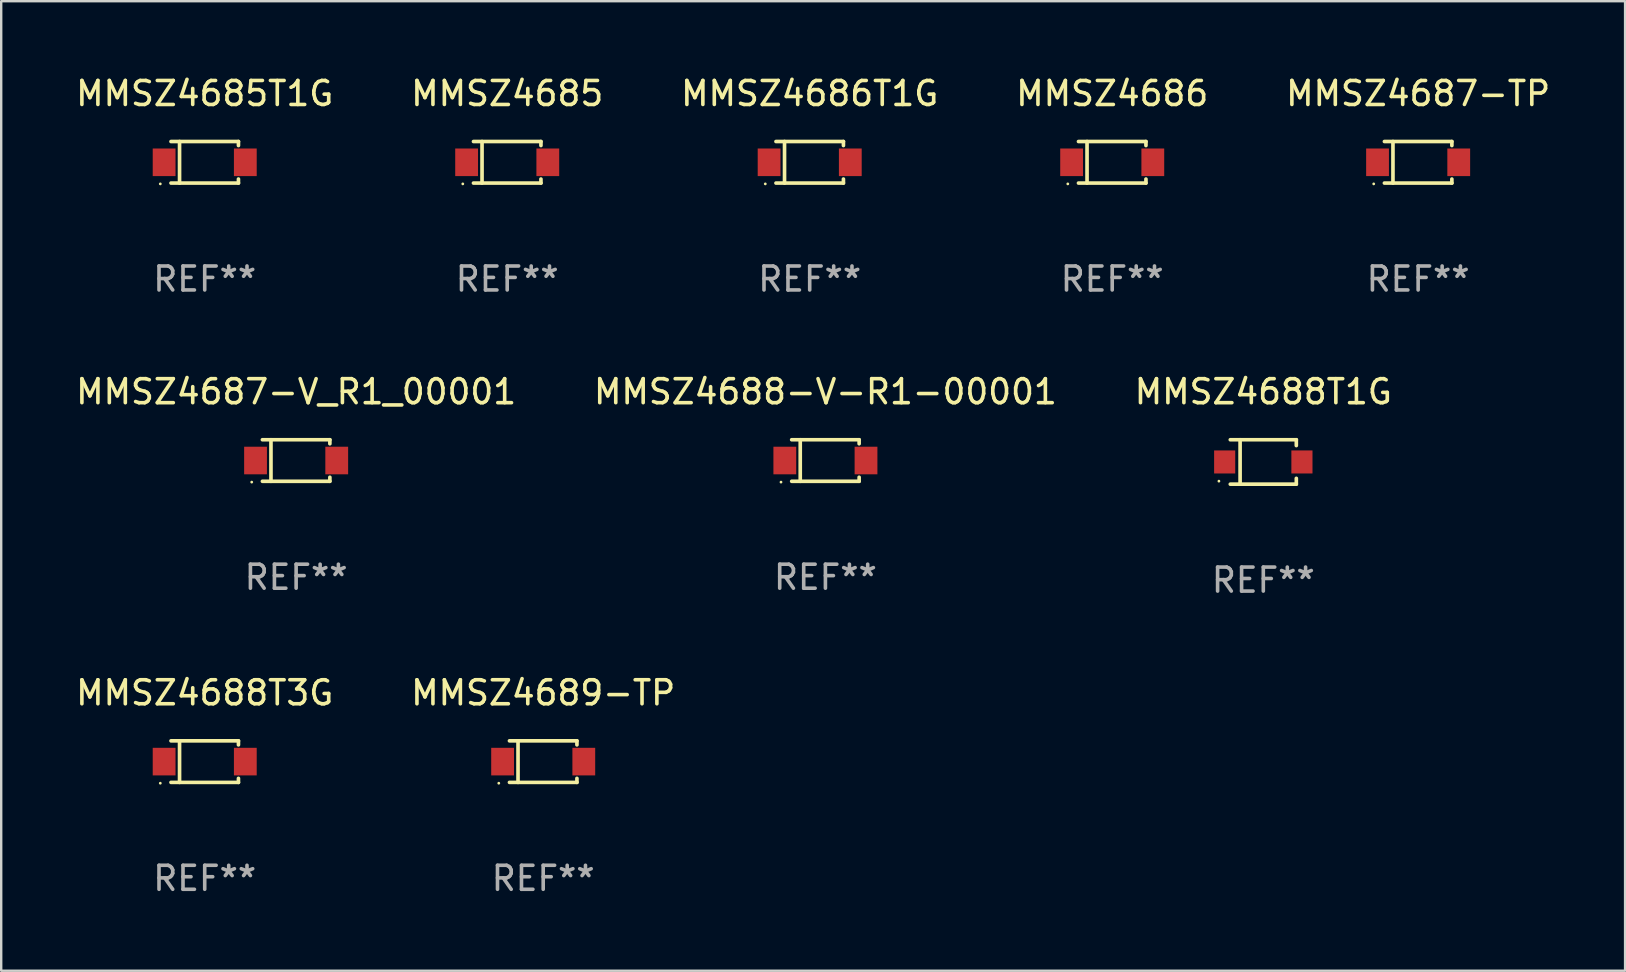
<source format=kicad_pcb>
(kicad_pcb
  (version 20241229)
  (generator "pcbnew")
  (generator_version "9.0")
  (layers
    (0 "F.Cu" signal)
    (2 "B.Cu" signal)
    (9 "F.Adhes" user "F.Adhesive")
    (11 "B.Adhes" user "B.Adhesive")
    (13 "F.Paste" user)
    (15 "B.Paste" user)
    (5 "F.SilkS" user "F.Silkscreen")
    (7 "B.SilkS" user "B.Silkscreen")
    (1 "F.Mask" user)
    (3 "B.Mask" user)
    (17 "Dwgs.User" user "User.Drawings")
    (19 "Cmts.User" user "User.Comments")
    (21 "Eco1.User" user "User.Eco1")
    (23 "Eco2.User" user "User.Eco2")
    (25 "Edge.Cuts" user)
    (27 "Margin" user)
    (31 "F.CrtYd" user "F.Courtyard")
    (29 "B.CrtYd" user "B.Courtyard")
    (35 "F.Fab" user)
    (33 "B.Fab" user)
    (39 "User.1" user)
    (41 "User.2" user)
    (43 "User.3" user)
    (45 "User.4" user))
  (footprint "MMSZ4688T1G"
    (layer "F.Cu")
    (at 49.601 16.203)
    (property "Reference" "MMSZ4688T1G" (at 0 -2.926 0) (layer "F.SilkS") (effects (font (size 1 1) (thickness 0.15))))
    (attr through_hole)
    (fp_line (start -1.376 -0.926) (end 1.376 -0.926) (stroke (width 0.152) (type solid)) (layer "F.SilkS"))
    (fp_line (start -1.376 0.926) (end 1.376 0.926) (stroke (width 0.152) (type solid)) (layer "F.SilkS"))
    (fp_line (start -0.967 -0.926) (end -0.967 0.926) (stroke (width 0.152) (type solid)) (layer "F.SilkS"))
    (fp_line (start 1.376 -0.926) (end 1.376 -0.683) (stroke (width 0.152) (type solid)) (layer "F.SilkS"))
    (fp_line (start 1.376 0.926) (end 1.376 0.683) (stroke (width 0.152) (type solid)) (layer "F.SilkS"))
    (fp_circle (center -1.85 0.8) (end -1.82 0.8) (stroke (width 0.06) (type solid)) (fill no) (layer "F.SilkS"))
    (fp_text user "REF**" (at 0 4.926 0) (layer "F.Fab") (effects (font (size 1 1) (thickness 0.15))))
    (pad "1" smd rect (at -1.61 0) (size 0.88 0.96) (layers "F.Cu" "F.Mask" "F.Paste"))
    (pad "2" smd rect (at 1.61 0) (size 0.88 0.96) (layers "F.Cu" "F.Mask" "F.Paste")))
  (footprint "MMSZ4685T1G"
    (layer "F.Cu")
    (at 5.482 3.714)
    (property "Reference" "MMSZ4685T1G" (at 0 -2.866 0) (layer "F.SilkS") (effects (font (size 1 1) (thickness 0.15))))
    (attr through_hole)
    (fp_line (start -1.406 -0.866) (end 1.406 -0.866) (stroke (width 0.152) (type solid)) (layer "F.SilkS"))
    (fp_line (start -1.406 0.866) (end 1.406 0.866) (stroke (width 0.152) (type solid)) (layer "F.SilkS"))
    (fp_line (start -1.049 -0.866) (end -1.049 0.866) (stroke (width 0.152) (type solid)) (layer "F.SilkS"))
    (fp_line (start 1.406 -0.866) (end 1.406 -0.698) (stroke (width 0.152) (type solid)) (layer "F.SilkS"))
    (fp_line (start 1.406 0.866) (end 1.406 0.698) (stroke (width 0.152) (type solid)) (layer "F.SilkS"))
    (fp_circle (center -1.851 0.9) (end -1.821 0.9) (stroke (width 0.06) (type solid)) (fill no) (layer "F.SilkS"))
    (fp_text user "REF**" (at 0 4.866 0) (layer "F.Fab") (effects (font (size 1 1) (thickness 0.15))))
    (pad "1" smd rect (at -1.692 0) (size 0.95 1.15) (layers "F.Cu" "F.Mask" "F.Paste"))
    (pad "2" smd rect (at 1.692 0) (size 0.95 1.15) (layers "F.Cu" "F.Mask" "F.Paste")))
  (footprint "MMSZ4686"
    (layer "F.Cu")
    (at 43.304 3.714)
    (property "Reference" "MMSZ4686" (at 0 -2.866 0) (layer "F.SilkS") (effects (font (size 1 1) (thickness 0.15))))
    (attr through_hole)
    (fp_line (start -1.406 -0.866) (end 1.406 -0.866) (stroke (width 0.152) (type solid)) (layer "F.SilkS"))
    (fp_line (start -1.406 0.866) (end 1.406 0.866) (stroke (width 0.152) (type solid)) (layer "F.SilkS"))
    (fp_line (start -1.049 -0.866) (end -1.049 0.866) (stroke (width 0.152) (type solid)) (layer "F.SilkS"))
    (fp_line (start 1.406 -0.866) (end 1.406 -0.698) (stroke (width 0.152) (type solid)) (layer "F.SilkS"))
    (fp_line (start 1.406 0.866) (end 1.406 0.698) (stroke (width 0.152) (type solid)) (layer "F.SilkS"))
    (fp_circle (center -1.851 0.9) (end -1.821 0.9) (stroke (width 0.06) (type solid)) (fill no) (layer "F.SilkS"))
    (fp_text user "REF**" (at 0 4.866 0) (layer "F.Fab") (effects (font (size 1 1) (thickness 0.15))))
    (pad "1" smd rect (at -1.692 0) (size 0.95 1.15) (layers "F.Cu" "F.Mask" "F.Paste"))
    (pad "2" smd rect (at 1.692 0) (size 0.95 1.15) (layers "F.Cu" "F.Mask" "F.Paste")))
  (footprint "MMSZ4686T1G"
    (layer "F.Cu")
    (at 30.696 3.714)
    (property "Reference" "MMSZ4686T1G" (at 0 -2.866 0) (layer "F.SilkS") (effects (font (size 1 1) (thickness 0.15))))
    (attr through_hole)
    (fp_line (start -1.406 -0.866) (end 1.406 -0.866) (stroke (width 0.152) (type solid)) (layer "F.SilkS"))
    (fp_line (start -1.406 0.866) (end 1.406 0.866) (stroke (width 0.152) (type solid)) (layer "F.SilkS"))
    (fp_line (start -1.049 -0.866) (end -1.049 0.866) (stroke (width 0.152) (type solid)) (layer "F.SilkS"))
    (fp_line (start 1.406 -0.866) (end 1.406 -0.698) (stroke (width 0.152) (type solid)) (layer "F.SilkS"))
    (fp_line (start 1.406 0.866) (end 1.406 0.698) (stroke (width 0.152) (type solid)) (layer "F.SilkS"))
    (fp_circle (center -1.851 0.9) (end -1.821 0.9) (stroke (width 0.06) (type solid)) (fill no) (layer "F.SilkS"))
    (fp_text user "REF**" (at 0 4.866 0) (layer "F.Fab") (effects (font (size 1 1) (thickness 0.15))))
    (pad "1" smd rect (at -1.692 0) (size 0.95 1.15) (layers "F.Cu" "F.Mask" "F.Paste"))
    (pad "2" smd rect (at 1.692 0) (size 0.95 1.15) (layers "F.Cu" "F.Mask" "F.Paste")))
  (footprint "MMSZ4687-V_R1_00001"
    (layer "F.Cu")
    (at 9.292 16.143)
    (property "Reference" "MMSZ4687-V_R1_00001" (at 0 -2.866 0) (layer "F.SilkS") (effects (font (size 1 1) (thickness 0.15))))
    (attr through_hole)
    (fp_line (start -1.406 -0.866) (end 1.406 -0.866) (stroke (width 0.152) (type solid)) (layer "F.SilkS"))
    (fp_line (start -1.406 0.866) (end 1.406 0.866) (stroke (width 0.152) (type solid)) (layer "F.SilkS"))
    (fp_line (start -1.049 -0.866) (end -1.049 0.866) (stroke (width 0.152) (type solid)) (layer "F.SilkS"))
    (fp_line (start 1.406 -0.866) (end 1.406 -0.698) (stroke (width 0.152) (type solid)) (layer "F.SilkS"))
    (fp_line (start 1.406 0.866) (end 1.406 0.698) (stroke (width 0.152) (type solid)) (layer "F.SilkS"))
    (fp_circle (center -1.851 0.9) (end -1.821 0.9) (stroke (width 0.06) (type solid)) (fill no) (layer "F.SilkS"))
    (fp_text user "REF**" (at 0 4.866 0) (layer "F.Fab") (effects (font (size 1 1) (thickness 0.15))))
    (pad "1" smd rect (at -1.692 0) (size 0.95 1.15) (layers "F.Cu" "F.Mask" "F.Paste"))
    (pad "2" smd rect (at 1.692 0) (size 0.95 1.15) (layers "F.Cu" "F.Mask" "F.Paste")))
  (footprint "MMSZ4687-TP"
    (layer "F.Cu")
    (at 56.054 3.714)
    (property "Reference" "MMSZ4687-TP" (at 0 -2.866 0) (layer "F.SilkS") (effects (font (size 1 1) (thickness 0.15))))
    (attr through_hole)
    (fp_line (start -1.406 -0.866) (end 1.406 -0.866) (stroke (width 0.152) (type solid)) (layer "F.SilkS"))
    (fp_line (start -1.406 0.866) (end 1.406 0.866) (stroke (width 0.152) (type solid)) (layer "F.SilkS"))
    (fp_line (start -1.049 -0.866) (end -1.049 0.866) (stroke (width 0.152) (type solid)) (layer "F.SilkS"))
    (fp_line (start 1.406 -0.866) (end 1.406 -0.698) (stroke (width 0.152) (type solid)) (layer "F.SilkS"))
    (fp_line (start 1.406 0.866) (end 1.406 0.698) (stroke (width 0.152) (type solid)) (layer "F.SilkS"))
    (fp_circle (center -1.851 0.9) (end -1.821 0.9) (stroke (width 0.06) (type solid)) (fill no) (layer "F.SilkS"))
    (fp_text user "REF**" (at 0 4.866 0) (layer "F.Fab") (effects (font (size 1 1) (thickness 0.15))))
    (pad "1" smd rect (at -1.692 0) (size 0.95 1.15) (layers "F.Cu" "F.Mask" "F.Paste"))
    (pad "2" smd rect (at 1.692 0) (size 0.95 1.15) (layers "F.Cu" "F.Mask" "F.Paste")))
  (footprint "MMSZ4685"
    (layer "F.Cu")
    (at 18.089 3.714)
    (property "Reference" "MMSZ4685" (at 0 -2.866 0) (layer "F.SilkS") (effects (font (size 1 1) (thickness 0.15))))
    (attr through_hole)
    (fp_line (start -1.406 -0.866) (end 1.406 -0.866) (stroke (width 0.152) (type solid)) (layer "F.SilkS"))
    (fp_line (start -1.406 0.866) (end 1.406 0.866) (stroke (width 0.152) (type solid)) (layer "F.SilkS"))
    (fp_line (start -1.049 -0.866) (end -1.049 0.866) (stroke (width 0.152) (type solid)) (layer "F.SilkS"))
    (fp_line (start 1.406 -0.866) (end 1.406 -0.698) (stroke (width 0.152) (type solid)) (layer "F.SilkS"))
    (fp_line (start 1.406 0.866) (end 1.406 0.698) (stroke (width 0.152) (type solid)) (layer "F.SilkS"))
    (fp_circle (center -1.851 0.9) (end -1.821 0.9) (stroke (width 0.06) (type solid)) (fill no) (layer "F.SilkS"))
    (fp_text user "REF**" (at 0 4.866 0) (layer "F.Fab") (effects (font (size 1 1) (thickness 0.15))))
    (pad "1" smd rect (at -1.692 0) (size 0.95 1.15) (layers "F.Cu" "F.Mask" "F.Paste"))
    (pad "2" smd rect (at 1.692 0) (size 0.95 1.15) (layers "F.Cu" "F.Mask" "F.Paste")))
  (footprint "MMSZ4688-V-R1-00001"
    (layer "F.Cu")
    (at 31.351 16.143)
    (property "Reference" "MMSZ4688-V-R1-00001" (at 0 -2.866 0) (layer "F.SilkS") (effects (font (size 1 1) (thickness 0.15))))
    (attr through_hole)
    (fp_line (start -1.406 -0.866) (end 1.406 -0.866) (stroke (width 0.152) (type solid)) (layer "F.SilkS"))
    (fp_line (start -1.406 0.866) (end 1.406 0.866) (stroke (width 0.152) (type solid)) (layer "F.SilkS"))
    (fp_line (start -1.049 -0.866) (end -1.049 0.866) (stroke (width 0.152) (type solid)) (layer "F.SilkS"))
    (fp_line (start 1.406 -0.866) (end 1.406 -0.698) (stroke (width 0.152) (type solid)) (layer "F.SilkS"))
    (fp_line (start 1.406 0.866) (end 1.406 0.698) (stroke (width 0.152) (type solid)) (layer "F.SilkS"))
    (fp_circle (center -1.851 0.9) (end -1.821 0.9) (stroke (width 0.06) (type solid)) (fill no) (layer "F.SilkS"))
    (fp_text user "REF**" (at 0 4.866 0) (layer "F.Fab") (effects (font (size 1 1) (thickness 0.15))))
    (pad "1" smd rect (at -1.692 0) (size 0.95 1.15) (layers "F.Cu" "F.Mask" "F.Paste"))
    (pad "2" smd rect (at 1.692 0) (size 0.95 1.15) (layers "F.Cu" "F.Mask" "F.Paste")))
  (footprint "MMSZ4688T3G"
    (layer "F.Cu")
    (at 5.482 28.692)
    (property "Reference" "MMSZ4688T3G" (at 0 -2.866 0) (layer "F.SilkS") (effects (font (size 1 1) (thickness 0.15))))
    (attr through_hole)
    (fp_line (start -1.406 -0.866) (end 1.406 -0.866) (stroke (width 0.152) (type solid)) (layer "F.SilkS"))
    (fp_line (start -1.406 0.866) (end 1.406 0.866) (stroke (width 0.152) (type solid)) (layer "F.SilkS"))
    (fp_line (start -1.049 -0.866) (end -1.049 0.866) (stroke (width 0.152) (type solid)) (layer "F.SilkS"))
    (fp_line (start 1.406 -0.866) (end 1.406 -0.698) (stroke (width 0.152) (type solid)) (layer "F.SilkS"))
    (fp_line (start 1.406 0.866) (end 1.406 0.698) (stroke (width 0.152) (type solid)) (layer "F.SilkS"))
    (fp_circle (center -1.851 0.9) (end -1.821 0.9) (stroke (width 0.06) (type solid)) (fill no) (layer "F.SilkS"))
    (fp_text user "REF**" (at 0 4.866 0) (layer "F.Fab") (effects (font (size 1 1) (thickness 0.15))))
    (pad "1" smd rect (at -1.692 0) (size 0.95 1.15) (layers "F.Cu" "F.Mask" "F.Paste"))
    (pad "2" smd rect (at 1.692 0) (size 0.95 1.15) (layers "F.Cu" "F.Mask" "F.Paste")))
  (footprint "MMSZ4689-TP"
    (layer "F.Cu")
    (at 19.589 28.692)
    (property "Reference" "MMSZ4689-TP" (at 0 -2.866 0) (layer "F.SilkS") (effects (font (size 1 1) (thickness 0.15))))
    (attr through_hole)
    (fp_line (start -1.406 -0.866) (end 1.406 -0.866) (stroke (width 0.152) (type solid)) (layer "F.SilkS"))
    (fp_line (start -1.406 0.866) (end 1.406 0.866) (stroke (width 0.152) (type solid)) (layer "F.SilkS"))
    (fp_line (start -1.049 -0.866) (end -1.049 0.866) (stroke (width 0.152) (type solid)) (layer "F.SilkS"))
    (fp_line (start 1.406 -0.866) (end 1.406 -0.698) (stroke (width 0.152) (type solid)) (layer "F.SilkS"))
    (fp_line (start 1.406 0.866) (end 1.406 0.698) (stroke (width 0.152) (type solid)) (layer "F.SilkS"))
    (fp_circle (center -1.851 0.9) (end -1.821 0.9) (stroke (width 0.06) (type solid)) (fill no) (layer "F.SilkS"))
    (fp_text user "REF**" (at 0 4.866 0) (layer "F.Fab") (effects (font (size 1 1) (thickness 0.15))))
    (pad "1" smd rect (at -1.692 0) (size 0.95 1.15) (layers "F.Cu" "F.Mask" "F.Paste"))
    (pad "2" smd rect (at 1.692 0) (size 0.95 1.15) (layers "F.Cu" "F.Mask" "F.Paste")))
  (gr_rect
    (start -3 -3)
    (end 64.679 37.407)
    (stroke (width 0.1) (type default))
    (fill no)
    (layer "Edge.Cuts")))
</source>
